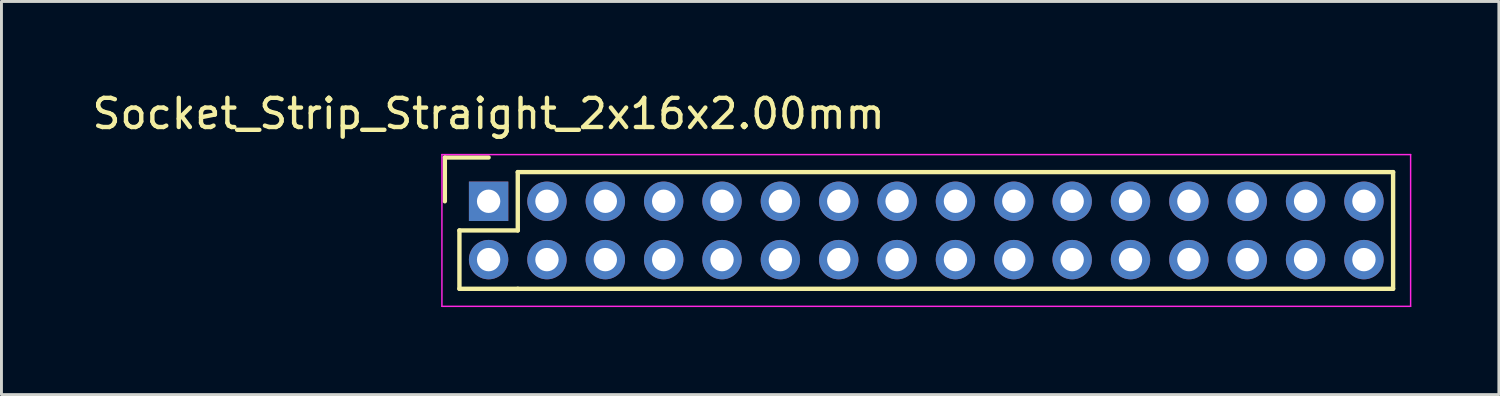
<source format=kicad_pcb>
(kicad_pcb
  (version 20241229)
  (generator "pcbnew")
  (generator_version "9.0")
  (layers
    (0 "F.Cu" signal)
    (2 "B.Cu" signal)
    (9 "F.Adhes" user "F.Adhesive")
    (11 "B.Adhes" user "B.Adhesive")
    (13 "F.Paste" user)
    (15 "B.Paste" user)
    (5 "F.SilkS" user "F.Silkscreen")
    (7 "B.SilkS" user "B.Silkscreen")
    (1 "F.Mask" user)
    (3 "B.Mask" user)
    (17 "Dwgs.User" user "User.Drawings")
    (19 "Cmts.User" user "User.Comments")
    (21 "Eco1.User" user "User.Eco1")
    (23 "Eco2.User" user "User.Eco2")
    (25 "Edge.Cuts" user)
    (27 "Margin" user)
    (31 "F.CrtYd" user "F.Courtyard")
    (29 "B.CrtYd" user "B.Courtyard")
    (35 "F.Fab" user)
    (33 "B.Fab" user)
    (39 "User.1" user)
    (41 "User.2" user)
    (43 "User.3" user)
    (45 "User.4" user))
  (footprint "Socket_Strip_Straight_2x16x2.00mm"
    (layer "F.Cu")
    (at 13.696 3.848)
    (property "Reference" "Socket_Strip_Straight_2x16x2.00mm" (at 0 -3 0) (layer "F.SilkS") (effects (font (size 1 1) (thickness 0.15))))
    (attr through_hole)
    (fp_line (start -1.5 -1.5) (end -1.5 0) (stroke (width 0.15) (type solid)) (layer "F.SilkS"))
    (fp_line (start -1 1) (end -1 3) (stroke (width 0.15) (type solid)) (layer "F.SilkS"))
    (fp_line (start -1 3) (end 1 3) (stroke (width 0.15) (type solid)) (layer "F.SilkS"))
    (fp_line (start 0 -1.5) (end -1.5 -1.5) (stroke (width 0.15) (type solid)) (layer "F.SilkS"))
    (fp_line (start 1 -1) (end 1 1) (stroke (width 0.15) (type solid)) (layer "F.SilkS"))
    (fp_line (start 1 1) (end -1 1) (stroke (width 0.15) (type solid)) (layer "F.SilkS"))
    (fp_line (start 1 3) (end 31 3) (stroke (width 0.15) (type solid)) (layer "F.SilkS"))
    (fp_line (start 31 -1) (end 1 -1) (stroke (width 0.15) (type solid)) (layer "F.SilkS"))
    (fp_line (start 31 3) (end 31 -1) (stroke (width 0.15) (type solid)) (layer "F.SilkS"))
    (fp_line (start -1.6 -1.6) (end -1.6 3.6) (stroke (width 0.05) (type solid)) (layer "F.CrtYd"))
    (fp_line (start -1.6 3.6) (end 31.6 3.6) (stroke (width 0.05) (type solid)) (layer "F.CrtYd"))
    (fp_line (start 31.6 -1.6) (end -1.6 -1.6) (stroke (width 0.05) (type solid)) (layer "F.CrtYd"))
    (fp_line (start 31.6 3.6) (end 31.6 -1.6) (stroke (width 0.05) (type solid)) (layer "F.CrtYd"))
    (pad "1" thru_hole rect (at 0 0) (size 1.35 1.35) (drill 0.8) (layers "*.Cu" "*.Mask"))
    (pad "2" thru_hole circle (at 0 2) (size 1.35 1.35) (drill 0.8) (layers "*.Cu" "*.Mask"))
    (pad "3" thru_hole circle (at 2 0) (size 1.35 1.35) (drill 0.8) (layers "*.Cu" "*.Mask"))
    (pad "4" thru_hole circle (at 2 2) (size 1.35 1.35) (drill 0.8) (layers "*.Cu" "*.Mask"))
    (pad "5" thru_hole circle (at 4 0) (size 1.35 1.35) (drill 0.8) (layers "*.Cu" "*.Mask"))
    (pad "6" thru_hole circle (at 4 2) (size 1.35 1.35) (drill 0.8) (layers "*.Cu" "*.Mask"))
    (pad "7" thru_hole circle (at 6 0) (size 1.35 1.35) (drill 0.8) (layers "*.Cu" "*.Mask"))
    (pad "8" thru_hole circle (at 6 2) (size 1.35 1.35) (drill 0.8) (layers "*.Cu" "*.Mask"))
    (pad "9" thru_hole circle (at 8 0) (size 1.35 1.35) (drill 0.8) (layers "*.Cu" "*.Mask"))
    (pad "10" thru_hole circle (at 8 2) (size 1.35 1.35) (drill 0.8) (layers "*.Cu" "*.Mask"))
    (pad "11" thru_hole circle (at 10 0) (size 1.35 1.35) (drill 0.8) (layers "*.Cu" "*.Mask"))
    (pad "12" thru_hole circle (at 10 2) (size 1.35 1.35) (drill 0.8) (layers "*.Cu" "*.Mask"))
    (pad "13" thru_hole circle (at 12 0) (size 1.35 1.35) (drill 0.8) (layers "*.Cu" "*.Mask"))
    (pad "14" thru_hole circle (at 12 2) (size 1.35 1.35) (drill 0.8) (layers "*.Cu" "*.Mask"))
    (pad "15" thru_hole circle (at 14 0) (size 1.35 1.35) (drill 0.8) (layers "*.Cu" "*.Mask"))
    (pad "16" thru_hole circle (at 14 2) (size 1.35 1.35) (drill 0.8) (layers "*.Cu" "*.Mask"))
    (pad "17" thru_hole circle (at 16 0) (size 1.35 1.35) (drill 0.8) (layers "*.Cu" "*.Mask"))
    (pad "18" thru_hole circle (at 16 2) (size 1.35 1.35) (drill 0.8) (layers "*.Cu" "*.Mask"))
    (pad "19" thru_hole circle (at 18 0) (size 1.35 1.35) (drill 0.8) (layers "*.Cu" "*.Mask"))
    (pad "20" thru_hole circle (at 18 2) (size 1.35 1.35) (drill 0.8) (layers "*.Cu" "*.Mask"))
    (pad "21" thru_hole circle (at 20 0) (size 1.35 1.35) (drill 0.8) (layers "*.Cu" "*.Mask"))
    (pad "22" thru_hole circle (at 20 2) (size 1.35 1.35) (drill 0.8) (layers "*.Cu" "*.Mask"))
    (pad "23" thru_hole circle (at 22 0) (size 1.35 1.35) (drill 0.8) (layers "*.Cu" "*.Mask"))
    (pad "24" thru_hole circle (at 22 2) (size 1.35 1.35) (drill 0.8) (layers "*.Cu" "*.Mask"))
    (pad "25" thru_hole circle (at 24 0) (size 1.35 1.35) (drill 0.8) (layers "*.Cu" "*.Mask"))
    (pad "26" thru_hole circle (at 24 2) (size 1.35 1.35) (drill 0.8) (layers "*.Cu" "*.Mask"))
    (pad "27" thru_hole circle (at 26 0) (size 1.35 1.35) (drill 0.8) (layers "*.Cu" "*.Mask"))
    (pad "28" thru_hole circle (at 26 2) (size 1.35 1.35) (drill 0.8) (layers "*.Cu" "*.Mask"))
    (pad "29" thru_hole circle (at 28 0) (size 1.35 1.35) (drill 0.8) (layers "*.Cu" "*.Mask"))
    (pad "30" thru_hole circle (at 28 2) (size 1.35 1.35) (drill 0.8) (layers "*.Cu" "*.Mask"))
    (pad "31" thru_hole circle (at 30 0) (size 1.35 1.35) (drill 0.8) (layers "*.Cu" "*.Mask"))
    (pad "32" thru_hole circle (at 30 2) (size 1.35 1.35) (drill 0.8) (layers "*.Cu" "*.Mask")))
  (gr_rect
    (start -3 -3)
    (end 48.321 10.473)
    (stroke (width 0.1) (type default))
    (fill no)
    (layer "Edge.Cuts")))
</source>
